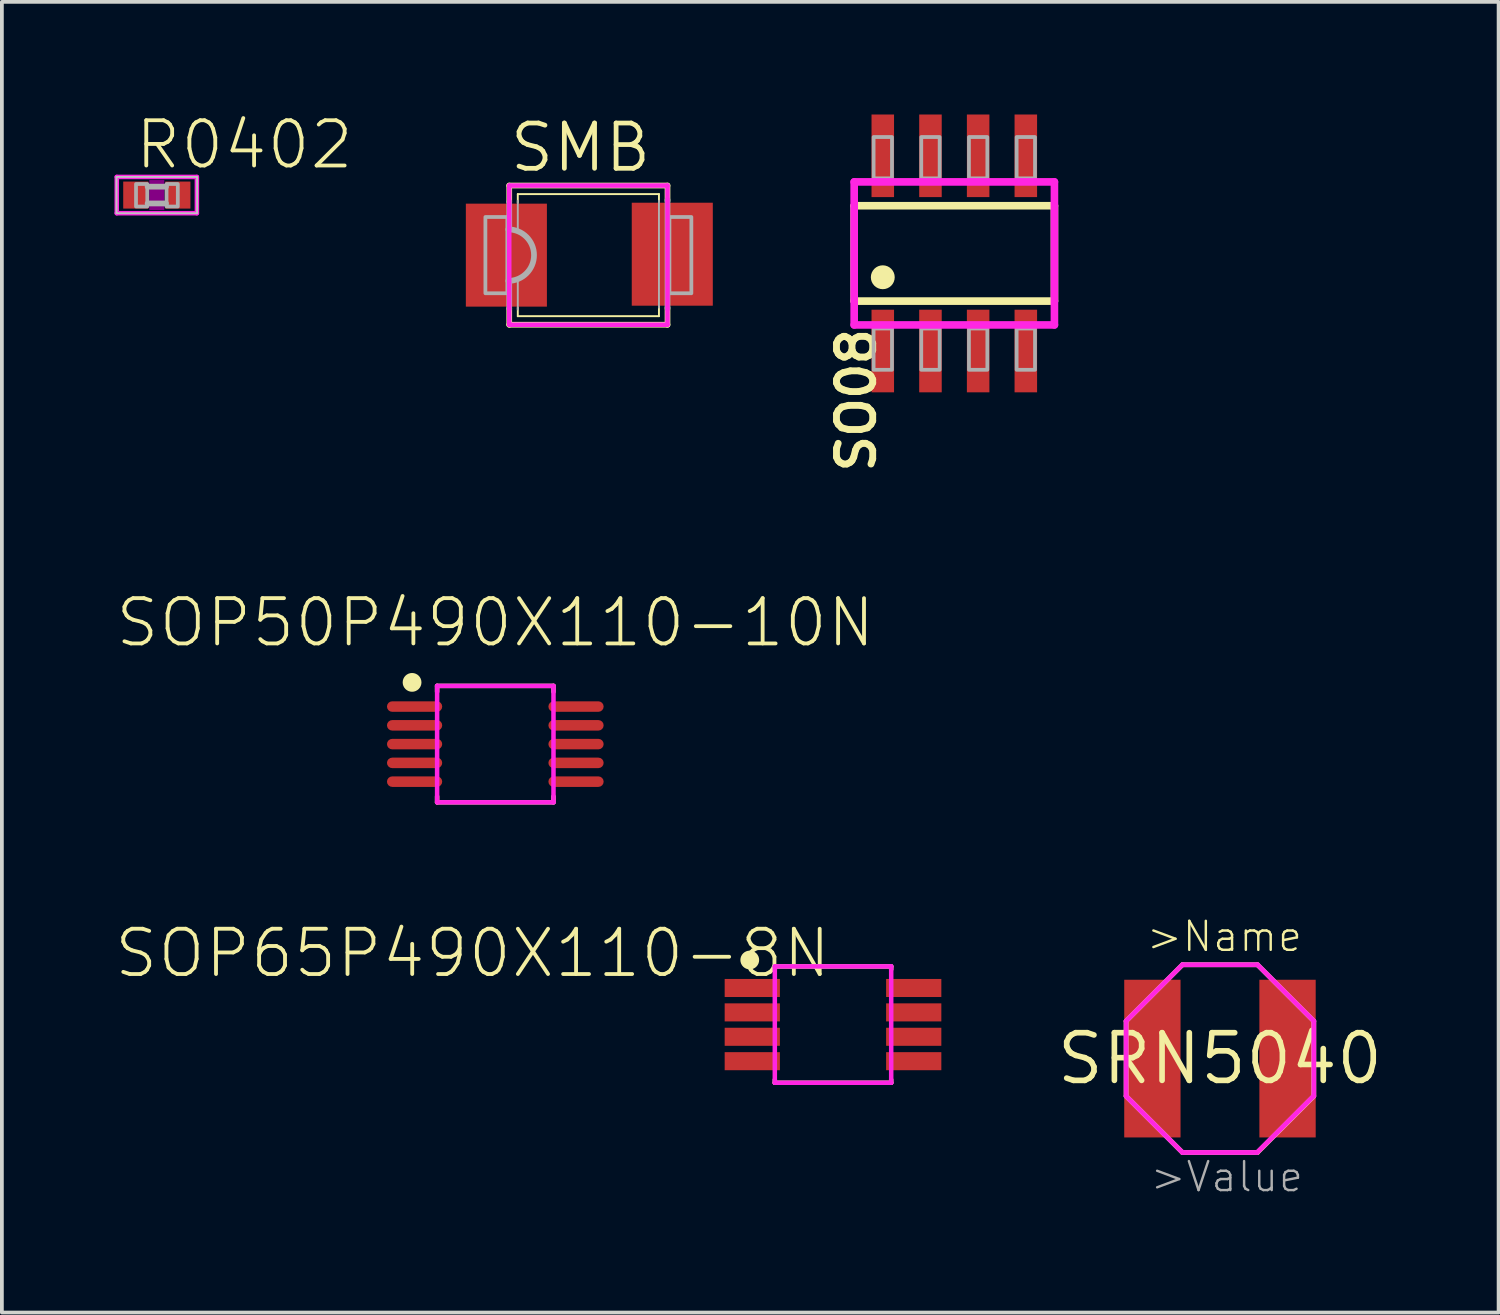
<source format=kicad_pcb>
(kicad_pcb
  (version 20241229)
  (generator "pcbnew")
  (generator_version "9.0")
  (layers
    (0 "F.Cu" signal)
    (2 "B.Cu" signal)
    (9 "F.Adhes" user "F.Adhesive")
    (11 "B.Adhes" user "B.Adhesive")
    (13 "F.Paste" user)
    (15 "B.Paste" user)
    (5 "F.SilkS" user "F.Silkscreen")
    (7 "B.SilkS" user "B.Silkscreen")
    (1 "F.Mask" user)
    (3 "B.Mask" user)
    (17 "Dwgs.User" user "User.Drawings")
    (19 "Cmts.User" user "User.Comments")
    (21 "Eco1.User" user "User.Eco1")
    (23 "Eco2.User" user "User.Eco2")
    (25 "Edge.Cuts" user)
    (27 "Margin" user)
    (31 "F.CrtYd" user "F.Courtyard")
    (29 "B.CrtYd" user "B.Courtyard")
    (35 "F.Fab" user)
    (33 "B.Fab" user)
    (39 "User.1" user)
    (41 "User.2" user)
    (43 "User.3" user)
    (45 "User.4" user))
  (footprint "SO08"
    (layer "F.Cu")
    (at 22.369 3.7)
    (property "Reference" "SO08" (at -3.175 1.905 90) (layer "F.SilkS") (effects (font (size 0.965 0.965) (thickness 0.183)) (justify right top)))
    (attr through_hole)
    (fp_line (start -2.667 -1.27) (end 2.667 -1.27) (stroke (width 0.203) (type solid)) (layer "F.SilkS"))
    (fp_line (start -2.667 1.27) (end -2.667 -1.27) (stroke (width 0.203) (type solid)) (layer "F.SilkS"))
    (fp_line (start 2.667 -1.27) (end 2.667 1.27) (stroke (width 0.203) (type solid)) (layer "F.SilkS"))
    (fp_line (start 2.667 1.27) (end -2.667 1.27) (stroke (width 0.203) (type solid)) (layer "F.SilkS"))
    (fp_circle (center -1.905 0.635) (end -1.746 0.635) (stroke (width 0.318) (type solid)) (fill no) (layer "F.SilkS"))
    (fp_line (start -2.667 -1.905) (end 2.667 -1.905) (stroke (width 0.203) (type solid)) (layer "F.CrtYd"))
    (fp_line (start -2.667 1.905) (end -2.667 -1.905) (stroke (width 0.203) (type solid)) (layer "F.CrtYd"))
    (fp_line (start 2.667 -1.905) (end 2.667 1.905) (stroke (width 0.203) (type solid)) (layer "F.CrtYd"))
    (fp_line (start 2.667 1.905) (end -2.667 1.905) (stroke (width 0.203) (type solid)) (layer "F.CrtYd"))
    (fp_poly (pts (xy -2.15 -2) (xy -1.66 -2) (xy -1.66 -3.1) (xy -2.15 -3.1)) (stroke (width 0.1) (type solid)) (fill no) (layer "F.Fab"))
    (fp_poly (pts (xy -2.15 3.1) (xy -1.66 3.1) (xy -1.66 2) (xy -2.15 2)) (stroke (width 0.1) (type solid)) (fill no) (layer "F.Fab"))
    (fp_poly (pts (xy -0.88 -2) (xy -0.39 -2) (xy -0.39 -3.1) (xy -0.88 -3.1)) (stroke (width 0.1) (type solid)) (fill no) (layer "F.Fab"))
    (fp_poly (pts (xy -0.88 3.1) (xy -0.39 3.1) (xy -0.39 2) (xy -0.88 2)) (stroke (width 0.1) (type solid)) (fill no) (layer "F.Fab"))
    (fp_poly (pts (xy 0.39 -2) (xy 0.88 -2) (xy 0.88 -3.1) (xy 0.39 -3.1)) (stroke (width 0.1) (type solid)) (fill no) (layer "F.Fab"))
    (fp_poly (pts (xy 0.39 3.1) (xy 0.88 3.1) (xy 0.88 2) (xy 0.39 2)) (stroke (width 0.1) (type solid)) (fill no) (layer "F.Fab"))
    (fp_poly (pts (xy 1.66 -2) (xy 2.15 -2) (xy 2.15 -3.1) (xy 1.66 -3.1)) (stroke (width 0.1) (type solid)) (fill no) (layer "F.Fab"))
    (fp_poly (pts (xy 1.66 3.1) (xy 2.15 3.1) (xy 2.15 2) (xy 1.66 2)) (stroke (width 0.1) (type solid)) (fill no) (layer "F.Fab"))
    (pad "1" smd rect (at -1.905 2.6) (size 0.6 2.2) (layers "F.Cu" "F.Mask" "F.Paste"))
    (pad "2" smd rect (at -0.635 2.6) (size 0.6 2.2) (layers "F.Cu" "F.Mask" "F.Paste"))
    (pad "3" smd rect (at 0.635 2.6) (size 0.6 2.2) (layers "F.Cu" "F.Mask" "F.Paste"))
    (pad "4" smd rect (at 1.905 2.6) (size 0.6 2.2) (layers "F.Cu" "F.Mask" "F.Paste"))
    (pad "5" smd rect (at 1.905 -2.6) (size 0.6 2.2) (layers "F.Cu" "F.Mask" "F.Paste"))
    (pad "6" smd rect (at 0.635 -2.6) (size 0.6 2.2) (layers "F.Cu" "F.Mask" "F.Paste"))
    (pad "7" smd rect (at -0.635 -2.6) (size 0.6 2.2) (layers "F.Cu" "F.Mask" "F.Paste"))
    (pad "8" smd rect (at -1.905 -2.6) (size 0.6 2.2) (layers "F.Cu" "F.Mask" "F.Paste")))
  (footprint "SOP65P490X110-8N"
    (layer "F.Cu")
    (at 19.138 24.241)
    (property "Reference" "SOP65P490X110-8N" (at 0 -2.605 0) (layer "F.SilkS") (effects (font (size 1.206 1.206) (thickness 0.102)) (justify right top)))
    (attr through_hole)
    (fp_line (start -1.55 -1.55) (end 1.55 -1.55) (stroke (width 0.12) (type solid)) (layer "F.SilkS"))
    (fp_line (start -1.55 -1.47) (end -1.55 -1.55) (stroke (width 0.12) (type solid)) (layer "F.SilkS"))
    (fp_line (start -1.55 1.47) (end -1.55 1.55) (stroke (width 0.12) (type solid)) (layer "F.SilkS"))
    (fp_line (start -1.55 1.55) (end 1.55 1.55) (stroke (width 0.12) (type solid)) (layer "F.SilkS"))
    (fp_line (start 1.55 -1.55) (end 1.55 -1.47) (stroke (width 0.12) (type solid)) (layer "F.SilkS"))
    (fp_line (start 1.55 1.55) (end 1.55 1.47) (stroke (width 0.12) (type solid)) (layer "F.SilkS"))
    (fp_circle (center -2.217 -1.72) (end -2.092 -1.72) (stroke (width 0.25) (type solid)) (fill no) (layer "F.SilkS"))
    (fp_line (start -1.55 -1.55) (end 1.55 -1.55) (stroke (width 0.12) (type solid)) (layer "F.CrtYd"))
    (fp_line (start -1.55 1.55) (end -1.55 -1.55) (stroke (width 0.12) (type solid)) (layer "F.CrtYd"))
    (fp_line (start 1.55 -1.55) (end 1.55 1.55) (stroke (width 0.12) (type solid)) (layer "F.CrtYd"))
    (fp_line (start 1.55 1.55) (end -1.55 1.55) (stroke (width 0.12) (type solid)) (layer "F.CrtYd"))
    (pad "1" smd rect (at -2.15 -0.975) (size 1.471 0.481) (layers "F.Cu" "F.Mask" "F.Paste"))
    (pad "2" smd rect (at -2.15 -0.325) (size 1.471 0.481) (layers "F.Cu" "F.Mask" "F.Paste"))
    (pad "3" smd rect (at -2.15 0.325) (size 1.471 0.481) (layers "F.Cu" "F.Mask" "F.Paste"))
    (pad "4" smd rect (at -2.15 0.975) (size 1.471 0.481) (layers "F.Cu" "F.Mask" "F.Paste"))
    (pad "5" smd rect (at 2.15 0.975) (size 1.471 0.481) (layers "F.Cu" "F.Mask" "F.Paste"))
    (pad "6" smd rect (at 2.15 0.325) (size 1.471 0.481) (layers "F.Cu" "F.Mask" "F.Paste"))
    (pad "7" smd rect (at 2.15 -0.325) (size 1.471 0.481) (layers "F.Cu" "F.Mask" "F.Paste"))
    (pad "8" smd rect (at 2.15 -0.975) (size 1.471 0.481) (layers "F.Cu" "F.Mask" "F.Paste")))
  (footprint "SRN5040"
    (layer "F.Cu")
    (at 29.445 25.147)
    (property "Reference" "SRN5040" (at 0 0 0) (layer "F.SilkS") (effects (font (size 1.27 1.27) (thickness 0.15))))
    (attr through_hole)
    (fp_line (start -2.5 -1) (end -1 -2.5) (stroke (width 0.127) (type solid)) (layer "F.SilkS"))
    (fp_line (start -2.5 1) (end -2.5 -1) (stroke (width 0.127) (type solid)) (layer "F.SilkS"))
    (fp_line (start -1 -2.5) (end 1 -2.5) (stroke (width 0.127) (type solid)) (layer "F.SilkS"))
    (fp_line (start -1 2.5) (end -2.5 1) (stroke (width 0.127) (type solid)) (layer "F.SilkS"))
    (fp_line (start 1 -2.5) (end 2.5 -1) (stroke (width 0.127) (type solid)) (layer "F.SilkS"))
    (fp_line (start 1 2.5) (end -1 2.5) (stroke (width 0.127) (type solid)) (layer "F.SilkS"))
    (fp_line (start 2.5 -1) (end 2.5 1) (stroke (width 0.127) (type solid)) (layer "F.SilkS"))
    (fp_line (start 2.5 1) (end 1 2.5) (stroke (width 0.127) (type solid)) (layer "F.SilkS"))
    (fp_line (start -2.5 -1) (end -1 -2.5) (stroke (width 0.127) (type solid)) (layer "F.CrtYd"))
    (fp_line (start -2.5 1) (end -2.5 -1) (stroke (width 0.127) (type solid)) (layer "F.CrtYd"))
    (fp_line (start -1 -2.5) (end 1 -2.5) (stroke (width 0.127) (type solid)) (layer "F.CrtYd"))
    (fp_line (start -1 2.5) (end -2.5 1) (stroke (width 0.127) (type solid)) (layer "F.CrtYd"))
    (fp_line (start 0.991 2.5) (end -1 2.5) (stroke (width 0.127) (type solid)) (layer "F.CrtYd"))
    (fp_line (start 1 -2.5) (end 2.5 -1) (stroke (width 0.127) (type solid)) (layer "F.CrtYd"))
    (fp_line (start 2.491 1) (end 0.991 2.5) (stroke (width 0.127) (type solid)) (layer "F.CrtYd"))
    (fp_line (start 2.5 -1) (end 2.5 1) (stroke (width 0.127) (type solid)) (layer "F.CrtYd"))
    (fp_text user ">Name" (at -2 -2.8 0) (layer "F.SilkS") (effects (font (size 0.772 0.772) (thickness 0.065)) (justify left bottom)))
    (fp_text user ">Value" (at -1.9 3.6 0) (layer "F.Fab") (effects (font (size 0.772 0.772) (thickness 0.065)) (justify left bottom)))
    (pad "P$1" smd rect (at -1.8 0) (size 1.5 4.2) (layers "F.Cu" "F.Mask" "F.Paste"))
    (pad "P$2" smd rect (at 1.8 0) (size 1.5 4.2) (layers "F.Cu" "F.Mask" "F.Paste")))
  (footprint "R0402"
    (layer "F.Cu")
    (at 1.127 2.146)
    (property "Reference" "R0402" (at -0.635 -0.635 0) (layer "F.SilkS") (effects (font (size 1.206 1.206) (thickness 0.102)) (justify left bottom)))
    (attr smd)
    (fp_poly (pts (xy -0.2 0.4) (xy 0.2 0.4) (xy 0.2 -0.4) (xy -0.2 -0.4)) (stroke (width 0) (type solid)) (fill yes) (layer "F.Adhes"))
    (fp_line (start -1.073 -0.483) (end 1.073 -0.483) (stroke (width 0.051) (type solid)) (layer "Dwgs.User"))
    (fp_line (start -1.073 0.483) (end -1.073 -0.483) (stroke (width 0.051) (type solid)) (layer "Dwgs.User"))
    (fp_line (start 1.073 -0.483) (end 1.073 0.483) (stroke (width 0.051) (type solid)) (layer "Dwgs.User"))
    (fp_line (start 1.073 0.483) (end -1.073 0.483) (stroke (width 0.051) (type solid)) (layer "Dwgs.User"))
    (fp_line (start -1.067 -0.483) (end 1.067 -0.483) (stroke (width 0.12) (type solid)) (layer "F.CrtYd"))
    (fp_line (start -1.067 0.483) (end -1.067 -0.483) (stroke (width 0.12) (type solid)) (layer "F.CrtYd"))
    (fp_line (start 1.067 -0.483) (end 1.067 0.483) (stroke (width 0.12) (type solid)) (layer "F.CrtYd"))
    (fp_line (start 1.067 0.483) (end -1.067 0.483) (stroke (width 0.12) (type solid)) (layer "F.CrtYd"))
    (fp_line (start -0.245 -0.224) (end 0.245 -0.224) (stroke (width 0.152) (type solid)) (layer "F.Fab"))
    (fp_line (start 0.245 0.224) (end -0.245 0.224) (stroke (width 0.152) (type solid)) (layer "F.Fab"))
    (fp_poly (pts (xy -0.554 0.305) (xy -0.254 0.305) (xy -0.254 -0.295) (xy -0.554 -0.295)) (stroke (width 0.1) (type solid)) (fill no) (layer "F.Fab"))
    (fp_poly (pts (xy 0.259 0.305) (xy 0.559 0.305) (xy 0.559 -0.295) (xy 0.259 -0.295)) (stroke (width 0.1) (type solid)) (fill no) (layer "F.Fab"))
    (pad "1" smd rect (at -0.56 0) (size 0.67 0.72) (layers "F.Cu" "F.Mask" "F.Paste"))
    (pad "2" smd rect (at 0.56 0) (size 0.67 0.72) (layers "F.Cu" "F.Mask" "F.Paste")))
  (footprint "SOP50P490X110-10N"
    (layer "F.Cu")
    (at 10.143 16.77)
    (property "Reference" "SOP50P490X110-10N" (at 0 -2.529 0) (layer "F.SilkS") (effects (font (size 1.206 1.206) (thickness 0.102)) (justify bottom)))
    (attr through_hole)
    (fp_line (start -1.55 -1.55) (end 1.55 -1.55) (stroke (width 0.12) (type solid)) (layer "F.SilkS"))
    (fp_line (start -1.55 -1.394) (end -1.55 -1.55) (stroke (width 0.12) (type solid)) (layer "F.SilkS"))
    (fp_line (start -1.55 1.394) (end -1.55 1.55) (stroke (width 0.12) (type solid)) (layer "F.SilkS"))
    (fp_line (start -1.55 1.55) (end 1.55 1.55) (stroke (width 0.12) (type solid)) (layer "F.SilkS"))
    (fp_line (start 1.55 -1.55) (end 1.55 -1.394) (stroke (width 0.12) (type solid)) (layer "F.SilkS"))
    (fp_line (start 1.55 1.55) (end 1.55 1.394) (stroke (width 0.12) (type solid)) (layer "F.SilkS"))
    (fp_circle (center -2.217 -1.644) (end -2.092 -1.644) (stroke (width 0.25) (type solid)) (fill no) (layer "F.SilkS"))
    (fp_line (start -1.55 -1.55) (end 1.55 -1.55) (stroke (width 0.12) (type solid)) (layer "F.CrtYd"))
    (fp_line (start -1.55 1.55) (end -1.55 -1.55) (stroke (width 0.12) (type solid)) (layer "F.CrtYd"))
    (fp_line (start 1.55 -1.55) (end 1.55 1.55) (stroke (width 0.12) (type solid)) (layer "F.CrtYd"))
    (fp_line (start 1.55 1.55) (end -1.55 1.55) (stroke (width 0.12) (type solid)) (layer "F.CrtYd"))
    (pad "1" smd roundrect (at -2.15 -1) (size 1.471 0.28) (layers "F.Cu" "F.Mask" "F.Paste") (roundrect_rratio 0.5))
    (pad "2" smd roundrect (at -2.15 -0.5) (size 1.471 0.28) (layers "F.Cu" "F.Mask" "F.Paste") (roundrect_rratio 0.5))
    (pad "3" smd roundrect (at -2.15 0) (size 1.471 0.28) (layers "F.Cu" "F.Mask" "F.Paste") (roundrect_rratio 0.5))
    (pad "4" smd roundrect (at -2.15 0.5) (size 1.471 0.28) (layers "F.Cu" "F.Mask" "F.Paste") (roundrect_rratio 0.5))
    (pad "5" smd roundrect (at -2.15 1) (size 1.471 0.28) (layers "F.Cu" "F.Mask" "F.Paste") (roundrect_rratio 0.5))
    (pad "6" smd roundrect (at 2.15 1) (size 1.471 0.28) (layers "F.Cu" "F.Mask" "F.Paste") (roundrect_rratio 0.5))
    (pad "7" smd roundrect (at 2.15 0.5) (size 1.471 0.28) (layers "F.Cu" "F.Mask" "F.Paste") (roundrect_rratio 0.5))
    (pad "8" smd roundrect (at 2.15 0) (size 1.471 0.28) (layers "F.Cu" "F.Mask" "F.Paste") (roundrect_rratio 0.5))
    (pad "9" smd roundrect (at 2.15 -0.5) (size 1.471 0.28) (layers "F.Cu" "F.Mask" "F.Paste") (roundrect_rratio 0.5))
    (pad "10" smd roundrect (at 2.15 -1) (size 1.471 0.28) (layers "F.Cu" "F.Mask" "F.Paste") (roundrect_rratio 0.5)))
  (footprint "SMB"
    (layer "F.Cu")
    (at 12.749 3.619)
    (property "Reference" "SMB" (at -2.286 -2.032 0) (layer "F.SilkS") (effects (font (size 1.206 1.206) (thickness 0.127)) (justify left bottom)))
    (attr through_hole)
    (fp_line (start -2.235 -1.727) (end -2.235 -1.295) (stroke (width 0.152) (type solid)) (layer "F.SilkS"))
    (fp_line (start -2.235 -1.727) (end 1.981 -1.727) (stroke (width 0.152) (type solid)) (layer "F.SilkS"))
    (fp_line (start -2.235 1.981) (end -2.235 1.549) (stroke (width 0.152) (type solid)) (layer "F.SilkS"))
    (fp_line (start -2.007 -1.499) (end 1.753 -1.499) (stroke (width 0.051) (type solid)) (layer "F.SilkS"))
    (fp_line (start -2.007 -1.27) (end -2.007 -1.499) (stroke (width 0.051) (type solid)) (layer "F.SilkS"))
    (fp_line (start -2.007 1.753) (end -2.007 1.524) (stroke (width 0.051) (type solid)) (layer "F.SilkS"))
    (fp_line (start -2.007 1.753) (end 1.753 1.753) (stroke (width 0.051) (type solid)) (layer "F.SilkS"))
    (fp_line (start 1.753 -1.295) (end 1.753 -1.499) (stroke (width 0.051) (type solid)) (layer "F.SilkS"))
    (fp_line (start 1.753 1.499) (end 1.753 1.753) (stroke (width 0.051) (type solid)) (layer "F.SilkS"))
    (fp_line (start 1.981 -1.727) (end 1.981 -1.321) (stroke (width 0.152) (type solid)) (layer "F.SilkS"))
    (fp_line (start 1.981 1.981) (end -2.235 1.981) (stroke (width 0.152) (type solid)) (layer "F.SilkS"))
    (fp_line (start 1.981 1.981) (end 1.981 1.524) (stroke (width 0.152) (type solid)) (layer "F.SilkS"))
    (fp_line (start -2.235 -1.727) (end 1.981 -1.727) (stroke (width 0.12) (type solid)) (layer "F.CrtYd"))
    (fp_line (start -2.235 1.981) (end -2.235 -1.727) (stroke (width 0.12) (type solid)) (layer "F.CrtYd"))
    (fp_line (start -2.235 1.981) (end 1.981 1.981) (stroke (width 0.12) (type solid)) (layer "F.CrtYd"))
    (fp_line (start 1.981 -1.727) (end 1.981 1.981) (stroke (width 0.12) (type solid)) (layer "F.CrtYd"))
    (fp_line (start -2.235 -1.295) (end -2.235 -0.559) (stroke (width 0.152) (type solid)) (layer "F.Fab"))
    (fp_line (start -2.235 1.549) (end -2.235 0.813) (stroke (width 0.152) (type solid)) (layer "F.Fab"))
    (fp_line (start -2.007 -0.533) (end -2.007 -1.321) (stroke (width 0.051) (type solid)) (layer "F.Fab"))
    (fp_line (start -2.007 1.575) (end -2.007 0.787) (stroke (width 0.051) (type solid)) (layer "F.Fab"))
    (fp_line (start 1.753 -1.321) (end 1.753 1.524) (stroke (width 0.051) (type solid)) (layer "F.Fab"))
    (fp_line (start 1.981 -1.346) (end 1.981 1.549) (stroke (width 0.152) (type solid)) (layer "F.Fab"))
    (fp_arc (start -2.2606 -0.5588) (mid -1.5748 0.127) (end -2.2606 0.8128) (stroke (width 0.1524) (type solid)) (layer "F.Fab"))
    (fp_poly (pts (xy -2.87 1.143) (xy -2.286 1.143) (xy -2.286 -0.889) (xy -2.87 -0.889)) (stroke (width 0.1) (type solid)) (fill no) (layer "F.Fab"))
    (fp_poly (pts (xy 2.032 1.143) (xy 2.616 1.143) (xy 2.616 -0.889) (xy 2.032 -0.889)) (stroke (width 0.1) (type solid)) (fill no) (layer "F.Fab"))
    (pad "A" smd rect (at 2.108 0.102) (size 2.159 2.743) (layers "F.Cu" "F.Mask" "F.Paste"))
    (pad "C" smd rect (at -2.311 0.127) (size 2.159 2.743) (layers "F.Cu" "F.Mask" "F.Paste")))
  (gr_rect
    (start -3 -3)
    (end 36.867 31.911)
    (stroke (width 0.1) (type default))
    (fill no)
    (layer "Edge.Cuts")))
</source>
